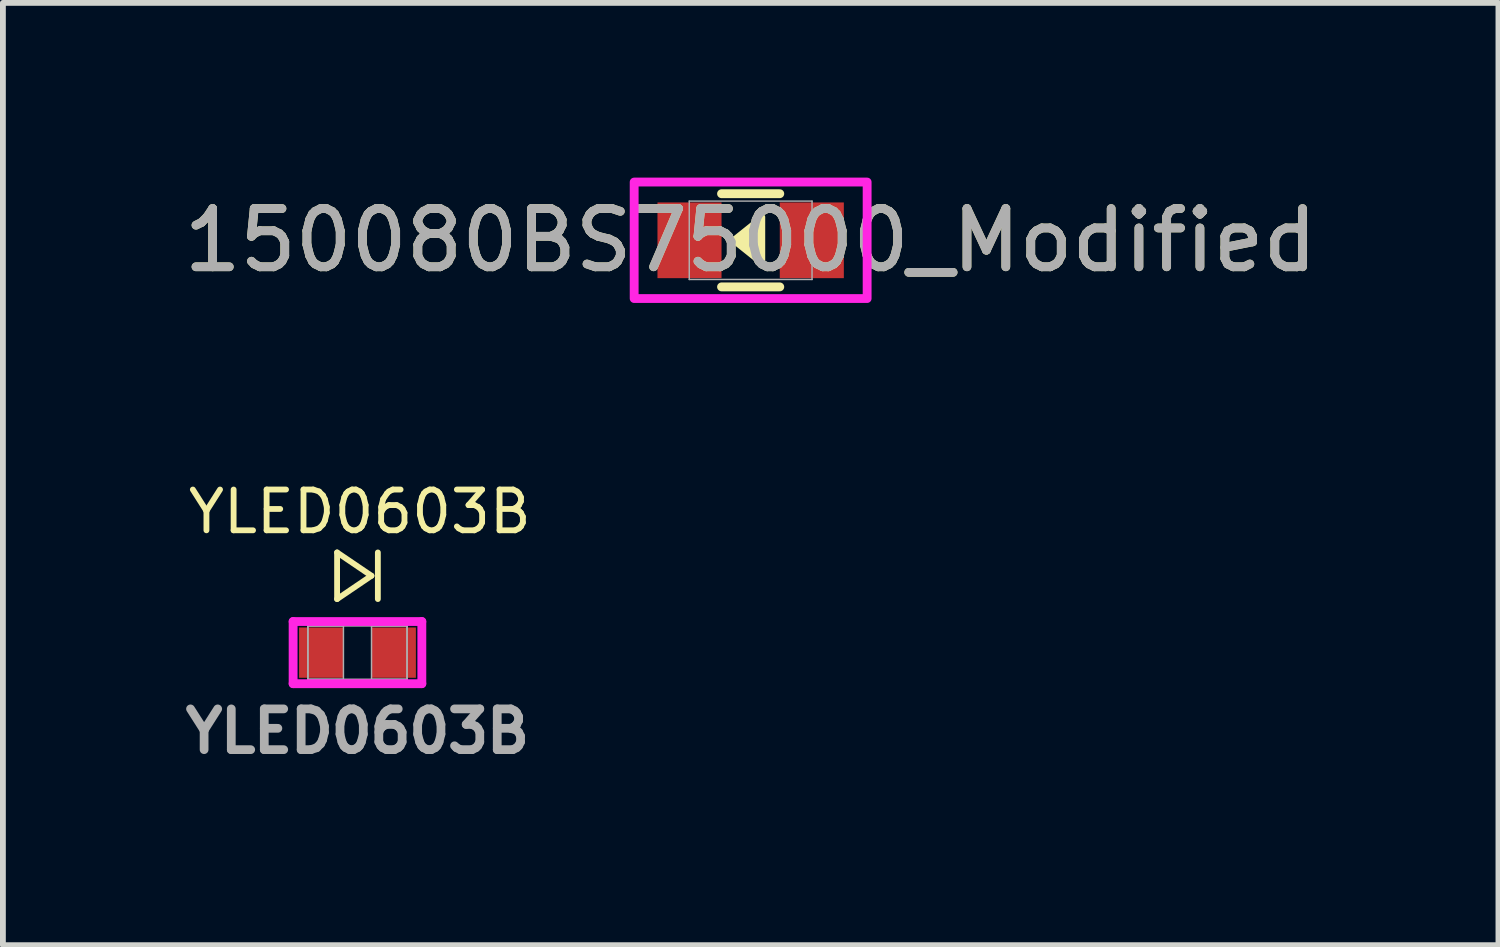
<source format=kicad_pcb>
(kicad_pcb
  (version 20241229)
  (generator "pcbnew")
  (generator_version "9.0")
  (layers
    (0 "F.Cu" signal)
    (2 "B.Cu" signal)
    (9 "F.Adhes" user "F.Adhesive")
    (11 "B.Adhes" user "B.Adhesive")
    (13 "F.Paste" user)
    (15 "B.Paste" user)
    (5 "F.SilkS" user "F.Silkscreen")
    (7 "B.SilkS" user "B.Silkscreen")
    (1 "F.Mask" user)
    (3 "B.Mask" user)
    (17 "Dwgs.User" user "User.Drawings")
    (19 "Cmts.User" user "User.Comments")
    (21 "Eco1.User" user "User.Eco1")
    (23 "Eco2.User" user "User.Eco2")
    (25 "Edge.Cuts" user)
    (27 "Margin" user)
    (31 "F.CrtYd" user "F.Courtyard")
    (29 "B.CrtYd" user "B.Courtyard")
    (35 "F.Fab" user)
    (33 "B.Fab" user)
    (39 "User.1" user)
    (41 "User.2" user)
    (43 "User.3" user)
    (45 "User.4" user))
  (footprint "150080BS75000_Modified"
    (layer "F.Cu")
    (at 9.839 1.076)
    (property "Reference" "150080BS75000_Modified" (at 0 0 0) (unlocked yes) (layer "F.SilkS") (effects (font (size 1 1) (thickness 0.15))))
    (attr smd)
    (fp_line (start -0.5 0.8) (end 0.5 0.8) (stroke (width 0.152) (type solid)) (layer "F.SilkS"))
    (fp_line (start 0.5 -0.8) (end -0.5 -0.8) (stroke (width 0.152) (type solid)) (layer "F.SilkS"))
    (fp_poly (pts (xy -0.3 0) (xy 0.2 -0.4) (xy 0.2 0.4)) (stroke (width 0.1) (type solid)) (fill yes) (layer "F.SilkS"))
    (fp_rect (start -2 -1) (end 2 1) (stroke (width 0.152) (type solid)) (fill no) (layer "F.CrtYd"))
    (fp_line (start -1.054 -0.673) (end -1.054 0.673) (stroke (width 0.025) (type solid)) (layer "F.Fab"))
    (fp_line (start -1.054 0.673) (end 1.054 0.673) (stroke (width 0.025) (type solid)) (layer "F.Fab"))
    (fp_line (start 1.054 -0.673) (end -1.054 -0.673) (stroke (width 0.025) (type solid)) (layer "F.Fab"))
    (fp_line (start 1.054 0.673) (end 1.054 -0.673) (stroke (width 0.025) (type solid)) (layer "F.Fab"))
    (fp_text user "${REFERENCE}" (at 0 0 0) (unlocked yes) (layer "F.Fab") (effects (font (size 1 1) (thickness 0.15))))
    (pad "1" smd rect (at -1.05 0) (size 1.1 1.3) (layers "F.Cu" "F.Mask" "F.Paste"))
    (pad "2" smd rect (at 1.05 0) (size 1.1 1.3) (layers "F.Cu" "F.Mask" "F.Paste"))
    (zone (net_name "") (layer "F.Cu") (hatch full 0.508) (connect_pads) (min_thickness 0.254) (filled_areas_thickness no) (keepout (tracks not_allowed) (vias not_allowed) (pads allowed) (copperpour not_allowed) (footprints allowed)) (placement (enabled no)) (fill) (polygon (pts (xy 9.242 0.454) (xy 10.436 0.454) (xy 10.436 1.698) (xy 9.242 1.698)))))
  (footprint "YLED0603B"
    (layer "F.Cu")
    (at 3.088 8.157)
    (property "Reference" "YLED0603B" (at 0.04 -2.42 0) (unlocked yes) (layer "F.SilkS") (effects (font (size 0.7 0.7) (thickness 0.1))))
    (attr smd)
    (fp_line (start -0.35 -1.721) (end 0.24 -1.321) (stroke (width 0.1) (type default)) (layer "F.SilkS"))
    (fp_line (start -0.35 -0.921) (end -0.35 -1.721) (stroke (width 0.1) (type default)) (layer "F.SilkS"))
    (fp_line (start 0.24 -1.321) (end -0.35 -0.921) (stroke (width 0.1) (type default)) (layer "F.SilkS"))
    (fp_line (start 0.35 -1.721) (end 0.35 -0.921) (stroke (width 0.1) (type default)) (layer "F.SilkS"))
    (fp_line (start -1.105 -0.535) (end 1.105 -0.535) (stroke (width 0.152) (type solid)) (layer "F.CrtYd"))
    (fp_line (start -1.105 0.532) (end -1.105 -0.535) (stroke (width 0.152) (type solid)) (layer "F.CrtYd"))
    (fp_line (start 1.105 -0.535) (end 1.105 0.532) (stroke (width 0.152) (type solid)) (layer "F.CrtYd"))
    (fp_line (start 1.105 0.532) (end -1.105 0.532) (stroke (width 0.152) (type solid)) (layer "F.CrtYd"))
    (fp_line (start -0.851 -0.459) (end -0.851 0.456) (stroke (width 0.025) (type solid)) (layer "F.Fab"))
    (fp_line (start -0.851 -0.459) (end -0.851 0.456) (stroke (width 0.025) (type solid)) (layer "F.Fab"))
    (fp_line (start -0.851 0.456) (end -0.241 0.456) (stroke (width 0.025) (type solid)) (layer "F.Fab"))
    (fp_line (start -0.851 0.456) (end 0.851 0.456) (stroke (width 0.025) (type solid)) (layer "F.Fab"))
    (fp_line (start -0.241 -0.459) (end -0.851 -0.459) (stroke (width 0.025) (type solid)) (layer "F.Fab"))
    (fp_line (start -0.241 0.456) (end -0.241 -0.459) (stroke (width 0.025) (type solid)) (layer "F.Fab"))
    (fp_line (start 0.241 -0.459) (end 0.241 0.456) (stroke (width 0.025) (type solid)) (layer "F.Fab"))
    (fp_line (start 0.241 0.456) (end 0.851 0.456) (stroke (width 0.025) (type solid)) (layer "F.Fab"))
    (fp_line (start 0.851 -0.459) (end -0.851 -0.459) (stroke (width 0.025) (type solid)) (layer "F.Fab"))
    (fp_line (start 0.851 -0.459) (end 0.241 -0.459) (stroke (width 0.025) (type solid)) (layer "F.Fab"))
    (fp_line (start 0.851 0.456) (end 0.851 -0.459) (stroke (width 0.025) (type solid)) (layer "F.Fab"))
    (fp_line (start 0.851 0.456) (end 0.851 -0.459) (stroke (width 0.025) (type solid)) (layer "F.Fab"))
    (fp_text user "${REFERENCE}" (at 0 1.349 0) (unlocked yes) (layer "F.Fab") (effects (font (size 0.7 0.7) (thickness 0.15))))
    (pad "1" smd rect (at -0.622 -0.001) (size 0.762 0.864) (layers "F.Cu" "F.Mask" "F.Paste"))
    (pad "2" smd rect (at 0.622 -0.001) (size 0.762 0.864) (layers "F.Cu" "F.Mask" "F.Paste"))
    (zone (net_name "") (layer "F.Cu") (hatch full 0.508) (connect_pads) (min_thickness 0.254) (filled_areas_thickness no) (keepout (tracks not_allowed) (vias not_allowed) (pads allowed) (copperpour not_allowed) (footprints allowed)) (placement (enabled no)) (fill) (polygon (pts (xy 2.898 7.75) (xy 3.279 7.75) (xy 3.279 8.562) (xy 2.898 8.562)))))
  (gr_rect
    (start -3 -3)
    (end 22.679 13.179)
    (stroke (width 0.1) (type default))
    (fill no)
    (layer "Edge.Cuts")))
</source>
